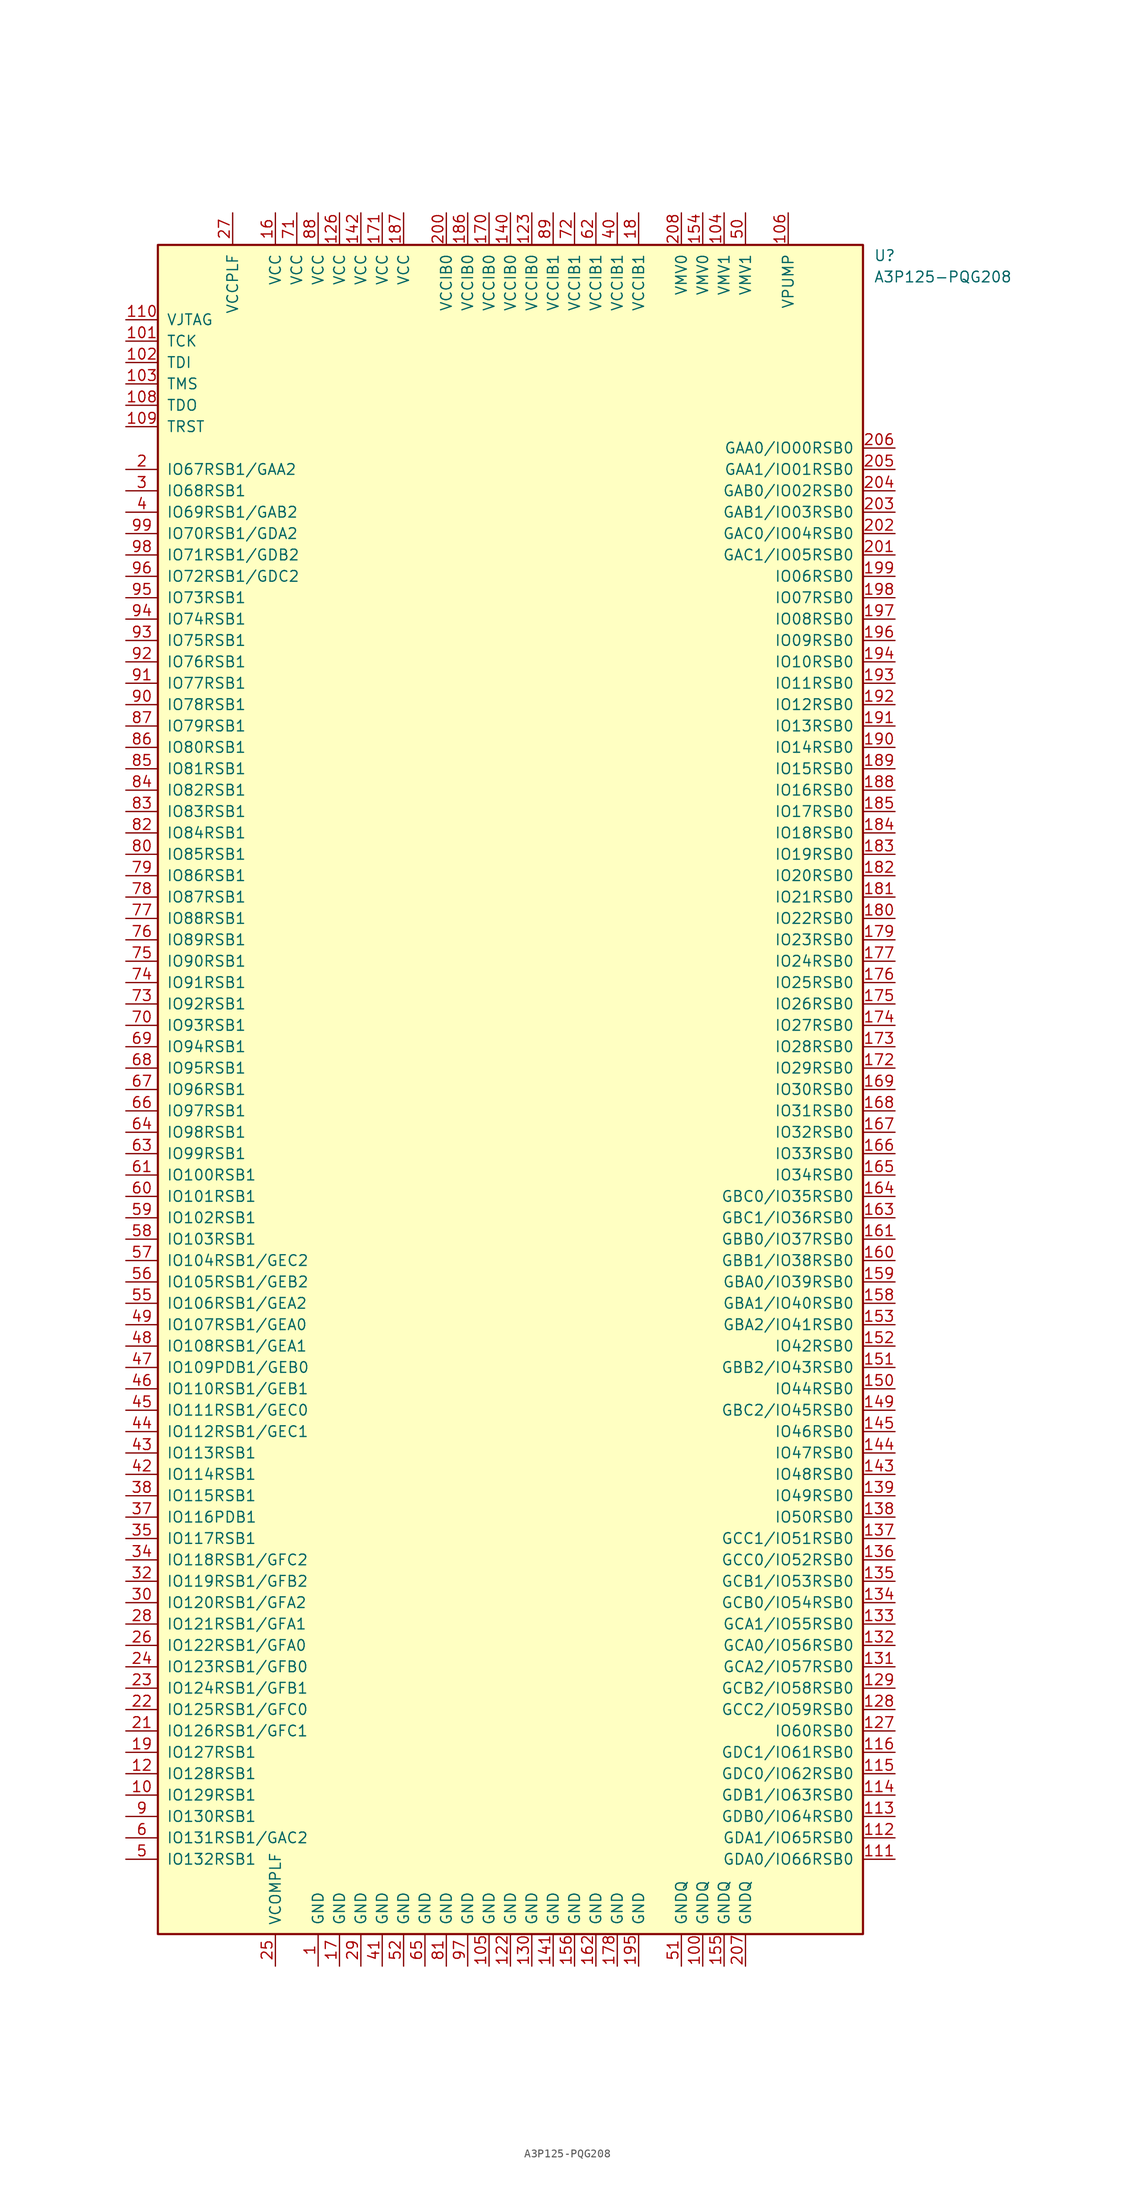
<source format=kicad_sym>
(kicad_symbol_lib
  (version 20201005)
  (generator kicad_symbol_editor)
  (symbol "A3P125-PQG208"
    (pin_names
      (offset 1.016))
    (property "Reference" "U"
      (at 43.18 99.06 0)
      (effects (font (size 1.27 1.27)) (justify left)))
    (property "Value" "A3P125-PQG208"
      (at 43.18 96.52 0)
      (effects (font (size 1.27 1.27)) (justify left)))
    (symbol "A3P125-PQG208_1_0"
      (rectangle (start -41.91 -100.33) (end 41.91 100.33) (stroke (width 0.254)) (fill (type background))))
    (symbol "A3P125-PQG208_1_1"
      (pin power_in line (at -22.86 -104.14 90) (length 3.81) (name "GND" (effects (font (size 1.27 1.27)))) (number "1" (effects (font (size 1.27 1.27)))))
      (pin bidirectional line (at -45.72 -83.82 0) (length 3.81) (name "IO129RSB1" (effects (font (size 1.27 1.27)))) (number "10" (effects (font (size 1.27 1.27)))))
      (pin power_in line (at 22.86 -104.14 90) (length 3.81) (name "GNDQ" (effects (font (size 1.27 1.27)))) (number "100" (effects (font (size 1.27 1.27)))))
      (pin bidirectional line (at -45.72 88.9 0) (length 3.81) (name "TCK" (effects (font (size 1.27 1.27)))) (number "101" (effects (font (size 1.27 1.27)))))
      (pin bidirectional line (at -45.72 86.36 0) (length 3.81) (name "TDI" (effects (font (size 1.27 1.27)))) (number "102" (effects (font (size 1.27 1.27)))))
      (pin bidirectional line (at -45.72 83.82 0) (length 3.81) (name "TMS" (effects (font (size 1.27 1.27)))) (number "103" (effects (font (size 1.27 1.27)))))
      (pin power_in line (at 25.4 104.14 270) (length 3.81) (name "VMV1" (effects (font (size 1.27 1.27)))) (number "104" (effects (font (size 1.27 1.27)))))
      (pin power_in line (at -2.54 -104.14 90) (length 3.81) (name "GND" (effects (font (size 1.27 1.27)))) (number "105" (effects (font (size 1.27 1.27)))))
      (pin power_in line (at 33.02 104.14 270) (length 3.81) (name "VPUMP" (effects (font (size 1.27 1.27)))) (number "106" (effects (font (size 1.27 1.27)))))
      (pin bidirectional line (at -45.72 81.28 0) (length 3.81) (name "TDO" (effects (font (size 1.27 1.27)))) (number "108" (effects (font (size 1.27 1.27)))))
      (pin bidirectional line (at -45.72 78.74 0) (length 3.81) (name "TRST" (effects (font (size 1.27 1.27)))) (number "109" (effects (font (size 1.27 1.27)))))
      (pin power_in line (at -45.72 91.44 0) (length 3.81) (name "VJTAG" (effects (font (size 1.27 1.27)))) (number "110" (effects (font (size 1.27 1.27)))))
      (pin bidirectional line (at 45.72 -91.44 180) (length 3.81) (name "GDA0/IO66RSB0" (effects (font (size 1.27 1.27)))) (number "111" (effects (font (size 1.27 1.27)))))
      (pin bidirectional line (at 45.72 -88.9 180) (length 3.81) (name "GDA1/IO65RSB0" (effects (font (size 1.27 1.27)))) (number "112" (effects (font (size 1.27 1.27)))))
      (pin bidirectional line (at 45.72 -86.36 180) (length 3.81) (name "GDB0/IO64RSB0" (effects (font (size 1.27 1.27)))) (number "113" (effects (font (size 1.27 1.27)))))
      (pin bidirectional line (at 45.72 -83.82 180) (length 3.81) (name "GDB1/IO63RSB0" (effects (font (size 1.27 1.27)))) (number "114" (effects (font (size 1.27 1.27)))))
      (pin bidirectional line (at 45.72 -81.28 180) (length 3.81) (name "GDC0/IO62RSB0" (effects (font (size 1.27 1.27)))) (number "115" (effects (font (size 1.27 1.27)))))
      (pin bidirectional line (at 45.72 -78.74 180) (length 3.81) (name "GDC1/IO61RSB0" (effects (font (size 1.27 1.27)))) (number "116" (effects (font (size 1.27 1.27)))))
      (pin bidirectional line (at -45.72 -81.28 0) (length 3.81) (name "IO128RSB1" (effects (font (size 1.27 1.27)))) (number "12" (effects (font (size 1.27 1.27)))))
      (pin power_in line (at 0 -104.14 90) (length 3.81) (name "GND" (effects (font (size 1.27 1.27)))) (number "122" (effects (font (size 1.27 1.27)))))
      (pin power_in line (at 2.54 104.14 270) (length 3.81) (name "VCCIB0" (effects (font (size 1.27 1.27)))) (number "123" (effects (font (size 1.27 1.27)))))
      (pin power_in line (at -20.32 104.14 270) (length 3.81) (name "VCC" (effects (font (size 1.27 1.27)))) (number "126" (effects (font (size 1.27 1.27)))))
      (pin bidirectional line (at 45.72 -76.2 180) (length 3.81) (name "IO60RSB0" (effects (font (size 1.27 1.27)))) (number "127" (effects (font (size 1.27 1.27)))))
      (pin bidirectional line (at 45.72 -73.66 180) (length 3.81) (name "GCC2/IO59RSB0" (effects (font (size 1.27 1.27)))) (number "128" (effects (font (size 1.27 1.27)))))
      (pin bidirectional line (at 45.72 -71.12 180) (length 3.81) (name "GCB2/IO58RSB0" (effects (font (size 1.27 1.27)))) (number "129" (effects (font (size 1.27 1.27)))))
      (pin power_in line (at 2.54 -104.14 90) (length 3.81) (name "GND" (effects (font (size 1.27 1.27)))) (number "130" (effects (font (size 1.27 1.27)))))
      (pin bidirectional line (at 45.72 -68.58 180) (length 3.81) (name "GCA2/IO57RSB0" (effects (font (size 1.27 1.27)))) (number "131" (effects (font (size 1.27 1.27)))))
      (pin bidirectional line (at 45.72 -66.04 180) (length 3.81) (name "GCA0/IO56RSB0" (effects (font (size 1.27 1.27)))) (number "132" (effects (font (size 1.27 1.27)))))
      (pin bidirectional line (at 45.72 -63.5 180) (length 3.81) (name "GCA1/IO55RSB0" (effects (font (size 1.27 1.27)))) (number "133" (effects (font (size 1.27 1.27)))))
      (pin bidirectional line (at 45.72 -60.96 180) (length 3.81) (name "GCB0/IO54RSB0" (effects (font (size 1.27 1.27)))) (number "134" (effects (font (size 1.27 1.27)))))
      (pin bidirectional line (at 45.72 -58.42 180) (length 3.81) (name "GCB1/IO53RSB0" (effects (font (size 1.27 1.27)))) (number "135" (effects (font (size 1.27 1.27)))))
      (pin bidirectional line (at 45.72 -55.88 180) (length 3.81) (name "GCC0/IO52RSB0" (effects (font (size 1.27 1.27)))) (number "136" (effects (font (size 1.27 1.27)))))
      (pin bidirectional line (at 45.72 -53.34 180) (length 3.81) (name "GCC1/IO51RSB0" (effects (font (size 1.27 1.27)))) (number "137" (effects (font (size 1.27 1.27)))))
      (pin bidirectional line (at 45.72 -50.8 180) (length 3.81) (name "IO50RSB0" (effects (font (size 1.27 1.27)))) (number "138" (effects (font (size 1.27 1.27)))))
      (pin bidirectional line (at 45.72 -48.26 180) (length 3.81) (name "IO49RSB0" (effects (font (size 1.27 1.27)))) (number "139" (effects (font (size 1.27 1.27)))))
      (pin power_in line (at 0 104.14 270) (length 3.81) (name "VCCIB0" (effects (font (size 1.27 1.27)))) (number "140" (effects (font (size 1.27 1.27)))))
      (pin power_in line (at 5.08 -104.14 90) (length 3.81) (name "GND" (effects (font (size 1.27 1.27)))) (number "141" (effects (font (size 1.27 1.27)))))
      (pin power_in line (at -17.78 104.14 270) (length 3.81) (name "VCC" (effects (font (size 1.27 1.27)))) (number "142" (effects (font (size 1.27 1.27)))))
      (pin bidirectional line (at 45.72 -45.72 180) (length 3.81) (name "IO48RSB0" (effects (font (size 1.27 1.27)))) (number "143" (effects (font (size 1.27 1.27)))))
      (pin bidirectional line (at 45.72 -43.18 180) (length 3.81) (name "IO47RSB0" (effects (font (size 1.27 1.27)))) (number "144" (effects (font (size 1.27 1.27)))))
      (pin bidirectional line (at 45.72 -40.64 180) (length 3.81) (name "IO46RSB0" (effects (font (size 1.27 1.27)))) (number "145" (effects (font (size 1.27 1.27)))))
      (pin bidirectional line (at 45.72 -38.1 180) (length 3.81) (name "GBC2/IO45RSB0" (effects (font (size 1.27 1.27)))) (number "149" (effects (font (size 1.27 1.27)))))
      (pin bidirectional line (at 45.72 -35.56 180) (length 3.81) (name "IO44RSB0" (effects (font (size 1.27 1.27)))) (number "150" (effects (font (size 1.27 1.27)))))
      (pin bidirectional line (at 45.72 -33.02 180) (length 3.81) (name "GBB2/IO43RSB0" (effects (font (size 1.27 1.27)))) (number "151" (effects (font (size 1.27 1.27)))))
      (pin bidirectional line (at 45.72 -30.48 180) (length 3.81) (name "IO42RSB0" (effects (font (size 1.27 1.27)))) (number "152" (effects (font (size 1.27 1.27)))))
      (pin bidirectional line (at 45.72 -27.94 180) (length 3.81) (name "GBA2/IO41RSB0" (effects (font (size 1.27 1.27)))) (number "153" (effects (font (size 1.27 1.27)))))
      (pin power_in line (at 22.86 104.14 270) (length 3.81) (name "VMV0" (effects (font (size 1.27 1.27)))) (number "154" (effects (font (size 1.27 1.27)))))
      (pin power_in line (at 25.4 -104.14 90) (length 3.81) (name "GNDQ" (effects (font (size 1.27 1.27)))) (number "155" (effects (font (size 1.27 1.27)))))
      (pin power_in line (at 7.62 -104.14 90) (length 3.81) (name "GND" (effects (font (size 1.27 1.27)))) (number "156" (effects (font (size 1.27 1.27)))))
      (pin bidirectional line (at 45.72 -25.4 180) (length 3.81) (name "GBA1/IO40RSB0" (effects (font (size 1.27 1.27)))) (number "158" (effects (font (size 1.27 1.27)))))
      (pin bidirectional line (at 45.72 -22.86 180) (length 3.81) (name "GBA0/IO39RSB0" (effects (font (size 1.27 1.27)))) (number "159" (effects (font (size 1.27 1.27)))))
      (pin power_in line (at -27.94 104.14 270) (length 3.81) (name "VCC" (effects (font (size 1.27 1.27)))) (number "16" (effects (font (size 1.27 1.27)))))
      (pin bidirectional line (at 45.72 -20.32 180) (length 3.81) (name "GBB1/IO38RSB0" (effects (font (size 1.27 1.27)))) (number "160" (effects (font (size 1.27 1.27)))))
      (pin bidirectional line (at 45.72 -17.78 180) (length 3.81) (name "GBB0/IO37RSB0" (effects (font (size 1.27 1.27)))) (number "161" (effects (font (size 1.27 1.27)))))
      (pin power_in line (at 10.16 -104.14 90) (length 3.81) (name "GND" (effects (font (size 1.27 1.27)))) (number "162" (effects (font (size 1.27 1.27)))))
      (pin bidirectional line (at 45.72 -15.24 180) (length 3.81) (name "GBC1/IO36RSB0" (effects (font (size 1.27 1.27)))) (number "163" (effects (font (size 1.27 1.27)))))
      (pin bidirectional line (at 45.72 -12.7 180) (length 3.81) (name "GBC0/IO35RSB0" (effects (font (size 1.27 1.27)))) (number "164" (effects (font (size 1.27 1.27)))))
      (pin bidirectional line (at 45.72 -10.16 180) (length 3.81) (name "IO34RSB0" (effects (font (size 1.27 1.27)))) (number "165" (effects (font (size 1.27 1.27)))))
      (pin bidirectional line (at 45.72 -7.62 180) (length 3.81) (name "IO33RSB0" (effects (font (size 1.27 1.27)))) (number "166" (effects (font (size 1.27 1.27)))))
      (pin bidirectional line (at 45.72 -5.08 180) (length 3.81) (name "IO32RSB0" (effects (font (size 1.27 1.27)))) (number "167" (effects (font (size 1.27 1.27)))))
      (pin bidirectional line (at 45.72 -2.54 180) (length 3.81) (name "IO31RSB0" (effects (font (size 1.27 1.27)))) (number "168" (effects (font (size 1.27 1.27)))))
      (pin bidirectional line (at 45.72 0 180) (length 3.81) (name "IO30RSB0" (effects (font (size 1.27 1.27)))) (number "169" (effects (font (size 1.27 1.27)))))
      (pin power_in line (at -20.32 -104.14 90) (length 3.81) (name "GND" (effects (font (size 1.27 1.27)))) (number "17" (effects (font (size 1.27 1.27)))))
      (pin power_in line (at -2.54 104.14 270) (length 3.81) (name "VCCIB0" (effects (font (size 1.27 1.27)))) (number "170" (effects (font (size 1.27 1.27)))))
      (pin power_in line (at -15.24 104.14 270) (length 3.81) (name "VCC" (effects (font (size 1.27 1.27)))) (number "171" (effects (font (size 1.27 1.27)))))
      (pin bidirectional line (at 45.72 2.54 180) (length 3.81) (name "IO29RSB0" (effects (font (size 1.27 1.27)))) (number "172" (effects (font (size 1.27 1.27)))))
      (pin bidirectional line (at 45.72 5.08 180) (length 3.81) (name "IO28RSB0" (effects (font (size 1.27 1.27)))) (number "173" (effects (font (size 1.27 1.27)))))
      (pin bidirectional line (at 45.72 7.62 180) (length 3.81) (name "IO27RSB0" (effects (font (size 1.27 1.27)))) (number "174" (effects (font (size 1.27 1.27)))))
      (pin bidirectional line (at 45.72 10.16 180) (length 3.81) (name "IO26RSB0" (effects (font (size 1.27 1.27)))) (number "175" (effects (font (size 1.27 1.27)))))
      (pin bidirectional line (at 45.72 12.7 180) (length 3.81) (name "IO25RSB0" (effects (font (size 1.27 1.27)))) (number "176" (effects (font (size 1.27 1.27)))))
      (pin bidirectional line (at 45.72 15.24 180) (length 3.81) (name "IO24RSB0" (effects (font (size 1.27 1.27)))) (number "177" (effects (font (size 1.27 1.27)))))
      (pin power_in line (at 12.7 -104.14 90) (length 3.81) (name "GND" (effects (font (size 1.27 1.27)))) (number "178" (effects (font (size 1.27 1.27)))))
      (pin bidirectional line (at 45.72 17.78 180) (length 3.81) (name "IO23RSB0" (effects (font (size 1.27 1.27)))) (number "179" (effects (font (size 1.27 1.27)))))
      (pin power_in line (at 15.24 104.14 270) (length 3.81) (name "VCCIB1" (effects (font (size 1.27 1.27)))) (number "18" (effects (font (size 1.27 1.27)))))
      (pin bidirectional line (at 45.72 20.32 180) (length 3.81) (name "IO22RSB0" (effects (font (size 1.27 1.27)))) (number "180" (effects (font (size 1.27 1.27)))))
      (pin bidirectional line (at 45.72 22.86 180) (length 3.81) (name "IO21RSB0" (effects (font (size 1.27 1.27)))) (number "181" (effects (font (size 1.27 1.27)))))
      (pin bidirectional line (at 45.72 25.4 180) (length 3.81) (name "IO20RSB0" (effects (font (size 1.27 1.27)))) (number "182" (effects (font (size 1.27 1.27)))))
      (pin bidirectional line (at 45.72 27.94 180) (length 3.81) (name "IO19RSB0" (effects (font (size 1.27 1.27)))) (number "183" (effects (font (size 1.27 1.27)))))
      (pin bidirectional line (at 45.72 30.48 180) (length 3.81) (name "IO18RSB0" (effects (font (size 1.27 1.27)))) (number "184" (effects (font (size 1.27 1.27)))))
      (pin bidirectional line (at 45.72 33.02 180) (length 3.81) (name "IO17RSB0" (effects (font (size 1.27 1.27)))) (number "185" (effects (font (size 1.27 1.27)))))
      (pin power_in line (at -5.08 104.14 270) (length 3.81) (name "VCCIB0" (effects (font (size 1.27 1.27)))) (number "186" (effects (font (size 1.27 1.27)))))
      (pin power_in line (at -12.7 104.14 270) (length 3.81) (name "VCC" (effects (font (size 1.27 1.27)))) (number "187" (effects (font (size 1.27 1.27)))))
      (pin bidirectional line (at 45.72 35.56 180) (length 3.81) (name "IO16RSB0" (effects (font (size 1.27 1.27)))) (number "188" (effects (font (size 1.27 1.27)))))
      (pin bidirectional line (at 45.72 38.1 180) (length 3.81) (name "IO15RSB0" (effects (font (size 1.27 1.27)))) (number "189" (effects (font (size 1.27 1.27)))))
      (pin bidirectional line (at -45.72 -78.74 0) (length 3.81) (name "IO127RSB1" (effects (font (size 1.27 1.27)))) (number "19" (effects (font (size 1.27 1.27)))))
      (pin bidirectional line (at 45.72 40.64 180) (length 3.81) (name "IO14RSB0" (effects (font (size 1.27 1.27)))) (number "190" (effects (font (size 1.27 1.27)))))
      (pin bidirectional line (at 45.72 43.18 180) (length 3.81) (name "IO13RSB0" (effects (font (size 1.27 1.27)))) (number "191" (effects (font (size 1.27 1.27)))))
      (pin bidirectional line (at 45.72 45.72 180) (length 3.81) (name "IO12RSB0" (effects (font (size 1.27 1.27)))) (number "192" (effects (font (size 1.27 1.27)))))
      (pin bidirectional line (at 45.72 48.26 180) (length 3.81) (name "IO11RSB0" (effects (font (size 1.27 1.27)))) (number "193" (effects (font (size 1.27 1.27)))))
      (pin bidirectional line (at 45.72 50.8 180) (length 3.81) (name "IO10RSB0" (effects (font (size 1.27 1.27)))) (number "194" (effects (font (size 1.27 1.27)))))
      (pin power_in line (at 15.24 -104.14 90) (length 3.81) (name "GND" (effects (font (size 1.27 1.27)))) (number "195" (effects (font (size 1.27 1.27)))))
      (pin bidirectional line (at 45.72 53.34 180) (length 3.81) (name "IO09RSB0" (effects (font (size 1.27 1.27)))) (number "196" (effects (font (size 1.27 1.27)))))
      (pin bidirectional line (at 45.72 55.88 180) (length 3.81) (name "IO08RSB0" (effects (font (size 1.27 1.27)))) (number "197" (effects (font (size 1.27 1.27)))))
      (pin bidirectional line (at 45.72 58.42 180) (length 3.81) (name "IO07RSB0" (effects (font (size 1.27 1.27)))) (number "198" (effects (font (size 1.27 1.27)))))
      (pin bidirectional line (at 45.72 60.96 180) (length 3.81) (name "IO06RSB0" (effects (font (size 1.27 1.27)))) (number "199" (effects (font (size 1.27 1.27)))))
      (pin bidirectional line (at -45.72 73.66 0) (length 3.81) (name "IO67RSB1/GAA2" (effects (font (size 1.27 1.27)))) (number "2" (effects (font (size 1.27 1.27)))))
      (pin power_in line (at -7.62 104.14 270) (length 3.81) (name "VCCIB0" (effects (font (size 1.27 1.27)))) (number "200" (effects (font (size 1.27 1.27)))))
      (pin bidirectional line (at 45.72 63.5 180) (length 3.81) (name "GAC1/IO05RSB0" (effects (font (size 1.27 1.27)))) (number "201" (effects (font (size 1.27 1.27)))))
      (pin bidirectional line (at 45.72 66.04 180) (length 3.81) (name "GAC0/IO04RSB0" (effects (font (size 1.27 1.27)))) (number "202" (effects (font (size 1.27 1.27)))))
      (pin bidirectional line (at 45.72 68.58 180) (length 3.81) (name "GAB1/IO03RSB0" (effects (font (size 1.27 1.27)))) (number "203" (effects (font (size 1.27 1.27)))))
      (pin bidirectional line (at 45.72 71.12 180) (length 3.81) (name "GAB0/IO02RSB0" (effects (font (size 1.27 1.27)))) (number "204" (effects (font (size 1.27 1.27)))))
      (pin bidirectional line (at 45.72 73.66 180) (length 3.81) (name "GAA1/IO01RSB0" (effects (font (size 1.27 1.27)))) (number "205" (effects (font (size 1.27 1.27)))))
      (pin bidirectional line (at 45.72 76.2 180) (length 3.81) (name "GAA0/IO00RSB0" (effects (font (size 1.27 1.27)))) (number "206" (effects (font (size 1.27 1.27)))))
      (pin power_in line (at 27.94 -104.14 90) (length 3.81) (name "GNDQ" (effects (font (size 1.27 1.27)))) (number "207" (effects (font (size 1.27 1.27)))))
      (pin power_in line (at 20.32 104.14 270) (length 3.81) (name "VMV0" (effects (font (size 1.27 1.27)))) (number "208" (effects (font (size 1.27 1.27)))))
      (pin bidirectional line (at -45.72 -76.2 0) (length 3.81) (name "IO126RSB1/GFC1" (effects (font (size 1.27 1.27)))) (number "21" (effects (font (size 1.27 1.27)))))
      (pin bidirectional line (at -45.72 -73.66 0) (length 3.81) (name "IO125RSB1/GFC0" (effects (font (size 1.27 1.27)))) (number "22" (effects (font (size 1.27 1.27)))))
      (pin bidirectional line (at -45.72 -71.12 0) (length 3.81) (name "IO124RSB1/GFB1" (effects (font (size 1.27 1.27)))) (number "23" (effects (font (size 1.27 1.27)))))
      (pin bidirectional line (at -45.72 -68.58 0) (length 3.81) (name "IO123RSB1/GFB0" (effects (font (size 1.27 1.27)))) (number "24" (effects (font (size 1.27 1.27)))))
      (pin power_in line (at -27.94 -104.14 90) (length 3.81) (name "VCOMPLF" (effects (font (size 1.27 1.27)))) (number "25" (effects (font (size 1.27 1.27)))))
      (pin bidirectional line (at -45.72 -66.04 0) (length 3.81) (name "IO122RSB1/GFA0" (effects (font (size 1.27 1.27)))) (number "26" (effects (font (size 1.27 1.27)))))
      (pin power_in line (at -33.02 104.14 270) (length 3.81) (name "VCCPLF" (effects (font (size 1.27 1.27)))) (number "27" (effects (font (size 1.27 1.27)))))
      (pin bidirectional line (at -45.72 -63.5 0) (length 3.81) (name "IO121RSB1/GFA1" (effects (font (size 1.27 1.27)))) (number "28" (effects (font (size 1.27 1.27)))))
      (pin power_in line (at -17.78 -104.14 90) (length 3.81) (name "GND" (effects (font (size 1.27 1.27)))) (number "29" (effects (font (size 1.27 1.27)))))
      (pin bidirectional line (at -45.72 71.12 0) (length 3.81) (name "IO68RSB1" (effects (font (size 1.27 1.27)))) (number "3" (effects (font (size 1.27 1.27)))))
      (pin bidirectional line (at -45.72 -60.96 0) (length 3.81) (name "IO120RSB1/GFA2" (effects (font (size 1.27 1.27)))) (number "30" (effects (font (size 1.27 1.27)))))
      (pin bidirectional line (at -45.72 -58.42 0) (length 3.81) (name "IO119RSB1/GFB2" (effects (font (size 1.27 1.27)))) (number "32" (effects (font (size 1.27 1.27)))))
      (pin bidirectional line (at -45.72 -55.88 0) (length 3.81) (name "IO118RSB1/GFC2" (effects (font (size 1.27 1.27)))) (number "34" (effects (font (size 1.27 1.27)))))
      (pin bidirectional line (at -45.72 -53.34 0) (length 3.81) (name "IO117RSB1" (effects (font (size 1.27 1.27)))) (number "35" (effects (font (size 1.27 1.27)))))
      (pin bidirectional line (at -45.72 -50.8 0) (length 3.81) (name "IO116PDB1" (effects (font (size 1.27 1.27)))) (number "37" (effects (font (size 1.27 1.27)))))
      (pin bidirectional line (at -45.72 -48.26 0) (length 3.81) (name "IO115RSB1" (effects (font (size 1.27 1.27)))) (number "38" (effects (font (size 1.27 1.27)))))
      (pin bidirectional line (at -45.72 68.58 0) (length 3.81) (name "IO69RSB1/GAB2" (effects (font (size 1.27 1.27)))) (number "4" (effects (font (size 1.27 1.27)))))
      (pin power_in line (at 12.7 104.14 270) (length 3.81) (name "VCCIB1" (effects (font (size 1.27 1.27)))) (number "40" (effects (font (size 1.27 1.27)))))
      (pin power_in line (at -15.24 -104.14 90) (length 3.81) (name "GND" (effects (font (size 1.27 1.27)))) (number "41" (effects (font (size 1.27 1.27)))))
      (pin bidirectional line (at -45.72 -45.72 0) (length 3.81) (name "IO114RSB1" (effects (font (size 1.27 1.27)))) (number "42" (effects (font (size 1.27 1.27)))))
      (pin bidirectional line (at -45.72 -43.18 0) (length 3.81) (name "IO113RSB1" (effects (font (size 1.27 1.27)))) (number "43" (effects (font (size 1.27 1.27)))))
      (pin bidirectional line (at -45.72 -40.64 0) (length 3.81) (name "IO112RSB1/GEC1" (effects (font (size 1.27 1.27)))) (number "44" (effects (font (size 1.27 1.27)))))
      (pin bidirectional line (at -45.72 -38.1 0) (length 3.81) (name "IO111RSB1/GEC0" (effects (font (size 1.27 1.27)))) (number "45" (effects (font (size 1.27 1.27)))))
      (pin bidirectional line (at -45.72 -35.56 0) (length 3.81) (name "IO110RSB1/GEB1" (effects (font (size 1.27 1.27)))) (number "46" (effects (font (size 1.27 1.27)))))
      (pin bidirectional line (at -45.72 -33.02 0) (length 3.81) (name "IO109PDB1/GEB0" (effects (font (size 1.27 1.27)))) (number "47" (effects (font (size 1.27 1.27)))))
      (pin bidirectional line (at -45.72 -30.48 0) (length 3.81) (name "IO108RSB1/GEA1" (effects (font (size 1.27 1.27)))) (number "48" (effects (font (size 1.27 1.27)))))
      (pin bidirectional line (at -45.72 -27.94 0) (length 3.81) (name "IO107RSB1/GEA0" (effects (font (size 1.27 1.27)))) (number "49" (effects (font (size 1.27 1.27)))))
      (pin bidirectional line (at -45.72 -91.44 0) (length 3.81) (name "IO132RSB1" (effects (font (size 1.27 1.27)))) (number "5" (effects (font (size 1.27 1.27)))))
      (pin power_in line (at 27.94 104.14 270) (length 3.81) (name "VMV1" (effects (font (size 1.27 1.27)))) (number "50" (effects (font (size 1.27 1.27)))))
      (pin power_in line (at 20.32 -104.14 90) (length 3.81) (name "GNDQ" (effects (font (size 1.27 1.27)))) (number "51" (effects (font (size 1.27 1.27)))))
      (pin power_in line (at -12.7 -104.14 90) (length 3.81) (name "GND" (effects (font (size 1.27 1.27)))) (number "52" (effects (font (size 1.27 1.27)))))
      (pin bidirectional line (at -45.72 -25.4 0) (length 3.81) (name "IO106RSB1/GEA2" (effects (font (size 1.27 1.27)))) (number "55" (effects (font (size 1.27 1.27)))))
      (pin bidirectional line (at -45.72 -22.86 0) (length 3.81) (name "IO105RSB1/GEB2" (effects (font (size 1.27 1.27)))) (number "56" (effects (font (size 1.27 1.27)))))
      (pin bidirectional line (at -45.72 -20.32 0) (length 3.81) (name "IO104RSB1/GEC2" (effects (font (size 1.27 1.27)))) (number "57" (effects (font (size 1.27 1.27)))))
      (pin bidirectional line (at -45.72 -17.78 0) (length 3.81) (name "IO103RSB1" (effects (font (size 1.27 1.27)))) (number "58" (effects (font (size 1.27 1.27)))))
      (pin bidirectional line (at -45.72 -15.24 0) (length 3.81) (name "IO102RSB1" (effects (font (size 1.27 1.27)))) (number "59" (effects (font (size 1.27 1.27)))))
      (pin bidirectional line (at -45.72 -88.9 0) (length 3.81) (name "IO131RSB1/GAC2" (effects (font (size 1.27 1.27)))) (number "6" (effects (font (size 1.27 1.27)))))
      (pin bidirectional line (at -45.72 -12.7 0) (length 3.81) (name "IO101RSB1" (effects (font (size 1.27 1.27)))) (number "60" (effects (font (size 1.27 1.27)))))
      (pin bidirectional line (at -45.72 -10.16 0) (length 3.81) (name "IO100RSB1" (effects (font (size 1.27 1.27)))) (number "61" (effects (font (size 1.27 1.27)))))
      (pin power_in line (at 10.16 104.14 270) (length 3.81) (name "VCCIB1" (effects (font (size 1.27 1.27)))) (number "62" (effects (font (size 1.27 1.27)))))
      (pin bidirectional line (at -45.72 -7.62 0) (length 3.81) (name "IO99RSB1" (effects (font (size 1.27 1.27)))) (number "63" (effects (font (size 1.27 1.27)))))
      (pin bidirectional line (at -45.72 -5.08 0) (length 3.81) (name "IO98RSB1" (effects (font (size 1.27 1.27)))) (number "64" (effects (font (size 1.27 1.27)))))
      (pin power_in line (at -10.16 -104.14 90) (length 3.81) (name "GND" (effects (font (size 1.27 1.27)))) (number "65" (effects (font (size 1.27 1.27)))))
      (pin bidirectional line (at -45.72 -2.54 0) (length 3.81) (name "IO97RSB1" (effects (font (size 1.27 1.27)))) (number "66" (effects (font (size 1.27 1.27)))))
      (pin bidirectional line (at -45.72 0 0) (length 3.81) (name "IO96RSB1" (effects (font (size 1.27 1.27)))) (number "67" (effects (font (size 1.27 1.27)))))
      (pin bidirectional line (at -45.72 2.54 0) (length 3.81) (name "IO95RSB1" (effects (font (size 1.27 1.27)))) (number "68" (effects (font (size 1.27 1.27)))))
      (pin bidirectional line (at -45.72 5.08 0) (length 3.81) (name "IO94RSB1" (effects (font (size 1.27 1.27)))) (number "69" (effects (font (size 1.27 1.27)))))
      (pin bidirectional line (at -45.72 7.62 0) (length 3.81) (name "IO93RSB1" (effects (font (size 1.27 1.27)))) (number "70" (effects (font (size 1.27 1.27)))))
      (pin power_in line (at -25.4 104.14 270) (length 3.81) (name "VCC" (effects (font (size 1.27 1.27)))) (number "71" (effects (font (size 1.27 1.27)))))
      (pin power_in line (at 7.62 104.14 270) (length 3.81) (name "VCCIB1" (effects (font (size 1.27 1.27)))) (number "72" (effects (font (size 1.27 1.27)))))
      (pin bidirectional line (at -45.72 10.16 0) (length 3.81) (name "IO92RSB1" (effects (font (size 1.27 1.27)))) (number "73" (effects (font (size 1.27 1.27)))))
      (pin bidirectional line (at -45.72 12.7 0) (length 3.81) (name "IO91RSB1" (effects (font (size 1.27 1.27)))) (number "74" (effects (font (size 1.27 1.27)))))
      (pin bidirectional line (at -45.72 15.24 0) (length 3.81) (name "IO90RSB1" (effects (font (size 1.27 1.27)))) (number "75" (effects (font (size 1.27 1.27)))))
      (pin bidirectional line (at -45.72 17.78 0) (length 3.81) (name "IO89RSB1" (effects (font (size 1.27 1.27)))) (number "76" (effects (font (size 1.27 1.27)))))
      (pin bidirectional line (at -45.72 20.32 0) (length 3.81) (name "IO88RSB1" (effects (font (size 1.27 1.27)))) (number "77" (effects (font (size 1.27 1.27)))))
      (pin bidirectional line (at -45.72 22.86 0) (length 3.81) (name "IO87RSB1" (effects (font (size 1.27 1.27)))) (number "78" (effects (font (size 1.27 1.27)))))
      (pin bidirectional line (at -45.72 25.4 0) (length 3.81) (name "IO86RSB1" (effects (font (size 1.27 1.27)))) (number "79" (effects (font (size 1.27 1.27)))))
      (pin bidirectional line (at -45.72 27.94 0) (length 3.81) (name "IO85RSB1" (effects (font (size 1.27 1.27)))) (number "80" (effects (font (size 1.27 1.27)))))
      (pin power_in line (at -7.62 -104.14 90) (length 3.81) (name "GND" (effects (font (size 1.27 1.27)))) (number "81" (effects (font (size 1.27 1.27)))))
      (pin bidirectional line (at -45.72 30.48 0) (length 3.81) (name "IO84RSB1" (effects (font (size 1.27 1.27)))) (number "82" (effects (font (size 1.27 1.27)))))
      (pin bidirectional line (at -45.72 33.02 0) (length 3.81) (name "IO83RSB1" (effects (font (size 1.27 1.27)))) (number "83" (effects (font (size 1.27 1.27)))))
      (pin bidirectional line (at -45.72 35.56 0) (length 3.81) (name "IO82RSB1" (effects (font (size 1.27 1.27)))) (number "84" (effects (font (size 1.27 1.27)))))
      (pin bidirectional line (at -45.72 38.1 0) (length 3.81) (name "IO81RSB1" (effects (font (size 1.27 1.27)))) (number "85" (effects (font (size 1.27 1.27)))))
      (pin bidirectional line (at -45.72 40.64 0) (length 3.81) (name "IO80RSB1" (effects (font (size 1.27 1.27)))) (number "86" (effects (font (size 1.27 1.27)))))
      (pin bidirectional line (at -45.72 43.18 0) (length 3.81) (name "IO79RSB1" (effects (font (size 1.27 1.27)))) (number "87" (effects (font (size 1.27 1.27)))))
      (pin power_in line (at -22.86 104.14 270) (length 3.81) (name "VCC" (effects (font (size 1.27 1.27)))) (number "88" (effects (font (size 1.27 1.27)))))
      (pin power_in line (at 5.08 104.14 270) (length 3.81) (name "VCCIB1" (effects (font (size 1.27 1.27)))) (number "89" (effects (font (size 1.27 1.27)))))
      (pin bidirectional line (at -45.72 -86.36 0) (length 3.81) (name "IO130RSB1" (effects (font (size 1.27 1.27)))) (number "9" (effects (font (size 1.27 1.27)))))
      (pin bidirectional line (at -45.72 45.72 0) (length 3.81) (name "IO78RSB1" (effects (font (size 1.27 1.27)))) (number "90" (effects (font (size 1.27 1.27)))))
      (pin bidirectional line (at -45.72 48.26 0) (length 3.81) (name "IO77RSB1" (effects (font (size 1.27 1.27)))) (number "91" (effects (font (size 1.27 1.27)))))
      (pin bidirectional line (at -45.72 50.8 0) (length 3.81) (name "IO76RSB1" (effects (font (size 1.27 1.27)))) (number "92" (effects (font (size 1.27 1.27)))))
      (pin bidirectional line (at -45.72 53.34 0) (length 3.81) (name "IO75RSB1" (effects (font (size 1.27 1.27)))) (number "93" (effects (font (size 1.27 1.27)))))
      (pin bidirectional line (at -45.72 55.88 0) (length 3.81) (name "IO74RSB1" (effects (font (size 1.27 1.27)))) (number "94" (effects (font (size 1.27 1.27)))))
      (pin bidirectional line (at -45.72 58.42 0) (length 3.81) (name "IO73RSB1" (effects (font (size 1.27 1.27)))) (number "95" (effects (font (size 1.27 1.27)))))
      (pin bidirectional line (at -45.72 60.96 0) (length 3.81) (name "IO72RSB1/GDC2" (effects (font (size 1.27 1.27)))) (number "96" (effects (font (size 1.27 1.27)))))
      (pin power_in line (at -5.08 -104.14 90) (length 3.81) (name "GND" (effects (font (size 1.27 1.27)))) (number "97" (effects (font (size 1.27 1.27)))))
      (pin bidirectional line (at -45.72 63.5 0) (length 3.81) (name "IO71RSB1/GDB2" (effects (font (size 1.27 1.27)))) (number "98" (effects (font (size 1.27 1.27)))))
      (pin bidirectional line (at -45.72 66.04 0) (length 3.81) (name "IO70RSB1/GDA2" (effects (font (size 1.27 1.27)))) (number "99" (effects (font (size 1.27 1.27))))))))
</source>
